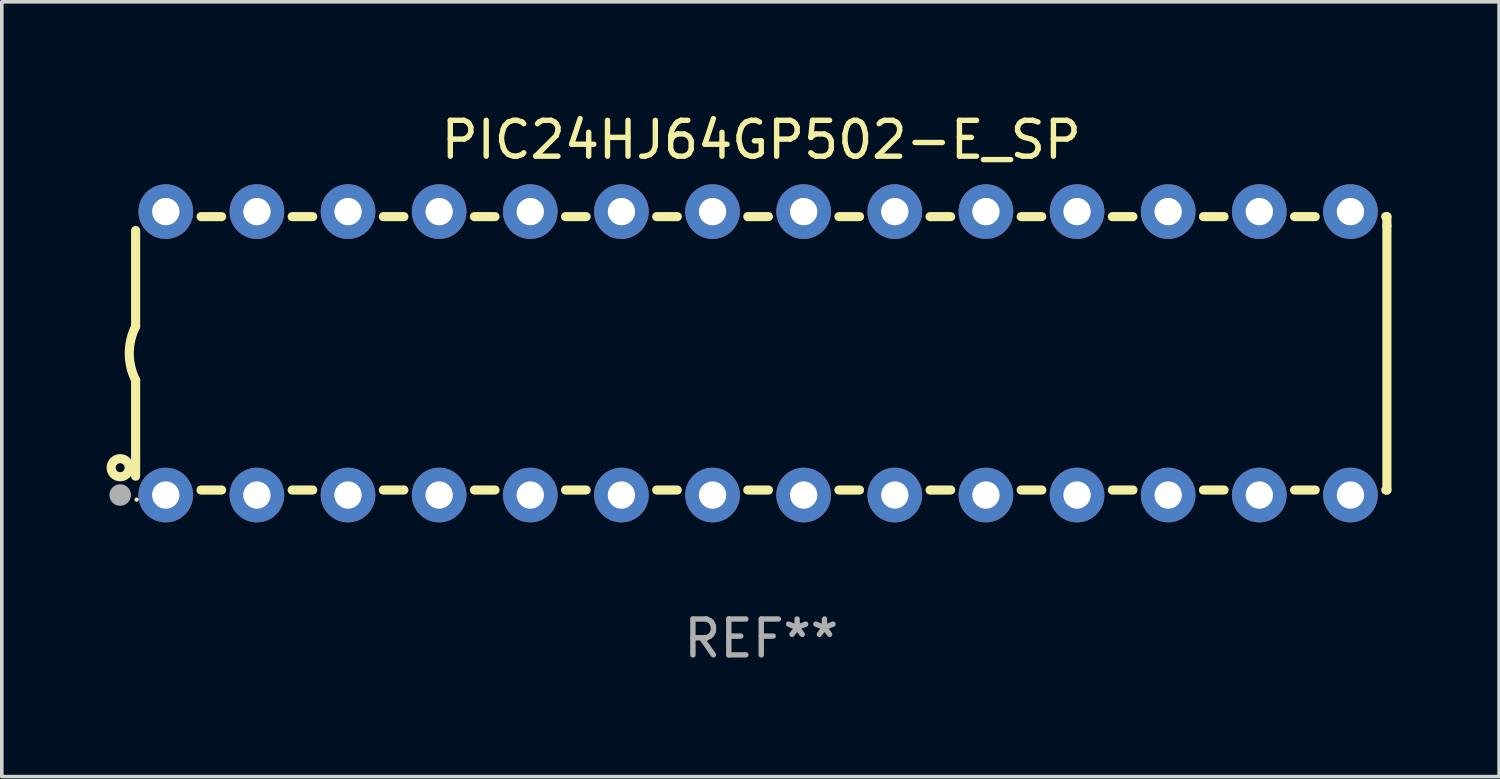
<source format=kicad_pcb>
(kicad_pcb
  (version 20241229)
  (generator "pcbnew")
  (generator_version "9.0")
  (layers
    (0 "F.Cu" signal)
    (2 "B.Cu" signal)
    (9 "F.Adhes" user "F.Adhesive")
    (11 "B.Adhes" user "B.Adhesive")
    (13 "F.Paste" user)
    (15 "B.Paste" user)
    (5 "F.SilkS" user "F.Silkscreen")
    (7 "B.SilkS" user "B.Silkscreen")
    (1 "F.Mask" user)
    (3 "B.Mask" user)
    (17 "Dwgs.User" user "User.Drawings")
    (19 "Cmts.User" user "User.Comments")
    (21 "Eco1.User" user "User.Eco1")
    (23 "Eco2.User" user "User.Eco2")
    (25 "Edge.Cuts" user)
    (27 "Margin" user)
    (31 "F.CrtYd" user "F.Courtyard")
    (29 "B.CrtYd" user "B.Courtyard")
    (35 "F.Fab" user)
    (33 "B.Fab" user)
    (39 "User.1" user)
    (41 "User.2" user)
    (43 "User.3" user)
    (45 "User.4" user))
  (footprint "PIC24HJ64GP502-E_SP"
    (layer "F.Cu")
    (at 18.168 6.798)
    (property "Reference" "PIC24HJ64GP502-E_SP" (at 0 -5.95 0) (layer "F.SilkS") (effects (font (size 1 1) (thickness 0.15))))
    (attr through_hole)
    (fp_line (start -17.438 0.75) (end -17.438 3.423) (stroke (width 0.254) (type solid)) (layer "F.SilkS"))
    (fp_line (start -17.438 -3.423) (end -17.438 -0.75) (stroke (width 0.254) (type solid)) (layer "F.SilkS"))
    (fp_line (start -15.615 3.81) (end -15.041 3.81) (stroke (width 0.254) (type solid)) (layer "F.SilkS"))
    (fp_line (start -15.041 -3.81) (end -15.614 -3.81) (stroke (width 0.254) (type solid)) (layer "F.SilkS"))
    (fp_line (start -13.075 3.81) (end -12.501 3.81) (stroke (width 0.254) (type solid)) (layer "F.SilkS"))
    (fp_line (start -12.501 -3.81) (end -13.074 -3.81) (stroke (width 0.254) (type solid)) (layer "F.SilkS"))
    (fp_line (start -10.535 3.81) (end -9.961 3.81) (stroke (width 0.254) (type solid)) (layer "F.SilkS"))
    (fp_line (start -9.961 -3.81) (end -10.534 -3.81) (stroke (width 0.254) (type solid)) (layer "F.SilkS"))
    (fp_line (start -7.995 3.81) (end -7.421 3.81) (stroke (width 0.254) (type solid)) (layer "F.SilkS"))
    (fp_line (start -7.421 -3.81) (end -7.995 -3.81) (stroke (width 0.254) (type solid)) (layer "F.SilkS"))
    (fp_line (start -5.455 3.81) (end -4.881 3.81) (stroke (width 0.254) (type solid)) (layer "F.SilkS"))
    (fp_line (start -4.881 -3.81) (end -5.455 -3.81) (stroke (width 0.254) (type solid)) (layer "F.SilkS"))
    (fp_line (start -2.915 3.81) (end -2.341 3.81) (stroke (width 0.254) (type solid)) (layer "F.SilkS"))
    (fp_line (start -2.341 -3.81) (end -2.915 -3.81) (stroke (width 0.254) (type solid)) (layer "F.SilkS"))
    (fp_line (start -0.375 3.81) (end 0.199 3.81) (stroke (width 0.254) (type solid)) (layer "F.SilkS"))
    (fp_line (start 0.199 -3.81) (end -0.375 -3.81) (stroke (width 0.254) (type solid)) (layer "F.SilkS"))
    (fp_line (start 2.165 3.81) (end 2.739 3.81) (stroke (width 0.254) (type solid)) (layer "F.SilkS"))
    (fp_line (start 2.739 -3.81) (end 2.165 -3.81) (stroke (width 0.254) (type solid)) (layer "F.SilkS"))
    (fp_line (start 4.705 3.81) (end 5.279 3.81) (stroke (width 0.254) (type solid)) (layer "F.SilkS"))
    (fp_line (start 5.279 -3.81) (end 4.705 -3.81) (stroke (width 0.254) (type solid)) (layer "F.SilkS"))
    (fp_line (start 7.245 3.81) (end 7.819 3.81) (stroke (width 0.254) (type solid)) (layer "F.SilkS"))
    (fp_line (start 7.819 -3.81) (end 7.245 -3.81) (stroke (width 0.254) (type solid)) (layer "F.SilkS"))
    (fp_line (start 9.785 3.81) (end 10.359 3.81) (stroke (width 0.254) (type solid)) (layer "F.SilkS"))
    (fp_line (start 10.359 -3.81) (end 9.785 -3.81) (stroke (width 0.254) (type solid)) (layer "F.SilkS"))
    (fp_line (start 12.325 3.81) (end 12.899 3.81) (stroke (width 0.254) (type solid)) (layer "F.SilkS"))
    (fp_line (start 12.899 -3.81) (end 12.325 -3.81) (stroke (width 0.254) (type solid)) (layer "F.SilkS"))
    (fp_line (start 14.865 3.81) (end 15.439 3.81) (stroke (width 0.254) (type solid)) (layer "F.SilkS"))
    (fp_line (start 15.439 -3.81) (end 14.865 -3.81) (stroke (width 0.254) (type solid)) (layer "F.SilkS"))
    (fp_line (start 17.405 3.81) (end 17.438 3.81) (stroke (width 0.254) (type solid)) (layer "F.SilkS"))
    (fp_line (start 17.438 -3.81) (end 17.405 -3.81) (stroke (width 0.254) (type solid)) (layer "F.SilkS"))
    (fp_line (start 17.438 -3.556) (end 17.438 -3.81) (stroke (width 0.254) (type solid)) (layer "F.SilkS"))
    (fp_line (start 17.438 3.81) (end 17.438 -3.556) (stroke (width 0.254) (type solid)) (layer "F.SilkS"))
    (fp_arc (start -17.437986 0.749657) (mid -17.614887 -0.000024) (end -17.437783 -0.749657) (stroke (width 0.254001) (type solid)) (layer "F.SilkS"))
    (fp_circle (center -17.868 3.188) (end -17.743 3.188) (stroke (width 0.254) (type solid)) (fill no) (layer "F.SilkS"))
    (fp_circle (center -17.411 4.077) (end -17.381 4.077) (stroke (width 0.06) (type solid)) (fill no) (layer "F.SilkS"))
    (fp_circle (center -17.868 3.95) (end -17.718 3.95) (stroke (width 0.3) (type solid)) (fill no) (layer "F.Fab"))
    (fp_text user "REF**" (at 0 7.95 0) (layer "F.Fab") (effects (font (size 1 1) (thickness 0.15))))
    (pad "1" thru_hole circle (at -16.598 3.95) (size 1.524 1.524) (drill 0.762) (layers "*.Cu" "*.Mask"))
    (pad "2" thru_hole circle (at -14.058 3.95) (size 1.524 1.524) (drill 0.762) (layers "*.Cu" "*.Mask"))
    (pad "3" thru_hole circle (at -11.518 3.95) (size 1.524 1.524) (drill 0.762) (layers "*.Cu" "*.Mask"))
    (pad "4" thru_hole circle (at -8.978 3.95) (size 1.524 1.524) (drill 0.762) (layers "*.Cu" "*.Mask"))
    (pad "5" thru_hole circle (at -6.438 3.95) (size 1.524 1.524) (drill 0.762) (layers "*.Cu" "*.Mask"))
    (pad "6" thru_hole circle (at -3.898 3.95) (size 1.524 1.524) (drill 0.762) (layers "*.Cu" "*.Mask"))
    (pad "7" thru_hole circle (at -1.358 3.95) (size 1.524 1.524) (drill 0.762) (layers "*.Cu" "*.Mask"))
    (pad "8" thru_hole circle (at 1.182 3.95) (size 1.524 1.524) (drill 0.762) (layers "*.Cu" "*.Mask"))
    (pad "9" thru_hole circle (at 3.722 3.95) (size 1.524 1.524) (drill 0.762) (layers "*.Cu" "*.Mask"))
    (pad "10" thru_hole circle (at 6.262 3.95) (size 1.524 1.524) (drill 0.762) (layers "*.Cu" "*.Mask"))
    (pad "11" thru_hole circle (at 8.802 3.95) (size 1.524 1.524) (drill 0.762) (layers "*.Cu" "*.Mask"))
    (pad "12" thru_hole circle (at 11.342 3.95) (size 1.524 1.524) (drill 0.762) (layers "*.Cu" "*.Mask"))
    (pad "13" thru_hole circle (at 13.882 3.95) (size 1.524 1.524) (drill 0.762) (layers "*.Cu" "*.Mask"))
    (pad "14" thru_hole circle (at 16.422 3.95) (size 1.524 1.524) (drill 0.762) (layers "*.Cu" "*.Mask"))
    (pad "15" thru_hole circle (at 16.422 -3.95) (size 1.524 1.524) (drill 0.762) (layers "*.Cu" "*.Mask"))
    (pad "16" thru_hole circle (at 13.882 -3.95) (size 1.524 1.524) (drill 0.762) (layers "*.Cu" "*.Mask"))
    (pad "17" thru_hole circle (at 11.342 -3.95) (size 1.524 1.524) (drill 0.762) (layers "*.Cu" "*.Mask"))
    (pad "18" thru_hole circle (at 8.802 -3.95) (size 1.524 1.524) (drill 0.762) (layers "*.Cu" "*.Mask"))
    (pad "19" thru_hole circle (at 6.262 -3.95) (size 1.524 1.524) (drill 0.762) (layers "*.Cu" "*.Mask"))
    (pad "20" thru_hole circle (at 3.722 -3.95) (size 1.524 1.524) (drill 0.762) (layers "*.Cu" "*.Mask"))
    (pad "21" thru_hole circle (at 1.182 -3.95) (size 1.524 1.524) (drill 0.762) (layers "*.Cu" "*.Mask"))
    (pad "22" thru_hole circle (at -1.358 -3.95) (size 1.524 1.524) (drill 0.762) (layers "*.Cu" "*.Mask"))
    (pad "23" thru_hole circle (at -3.898 -3.95) (size 1.524 1.524) (drill 0.762) (layers "*.Cu" "*.Mask"))
    (pad "24" thru_hole circle (at -6.438 -3.95) (size 1.524 1.524) (drill 0.762) (layers "*.Cu" "*.Mask"))
    (pad "25" thru_hole circle (at -8.978 -3.95) (size 1.524 1.524) (drill 0.762) (layers "*.Cu" "*.Mask"))
    (pad "26" thru_hole circle (at -11.517 -3.95) (size 1.524 1.524) (drill 0.762) (layers "*.Cu" "*.Mask"))
    (pad "27" thru_hole circle (at -14.057 -3.95) (size 1.524 1.524) (drill 0.762) (layers "*.Cu" "*.Mask"))
    (pad "28" thru_hole circle (at -16.597 -3.95) (size 1.524 1.524) (drill 0.762) (layers "*.Cu" "*.Mask")))
  (gr_rect
    (start -3 -3)
    (end 38.733 18.596)
    (stroke (width 0.1) (type default))
    (fill no)
    (layer "Edge.Cuts")))
</source>
